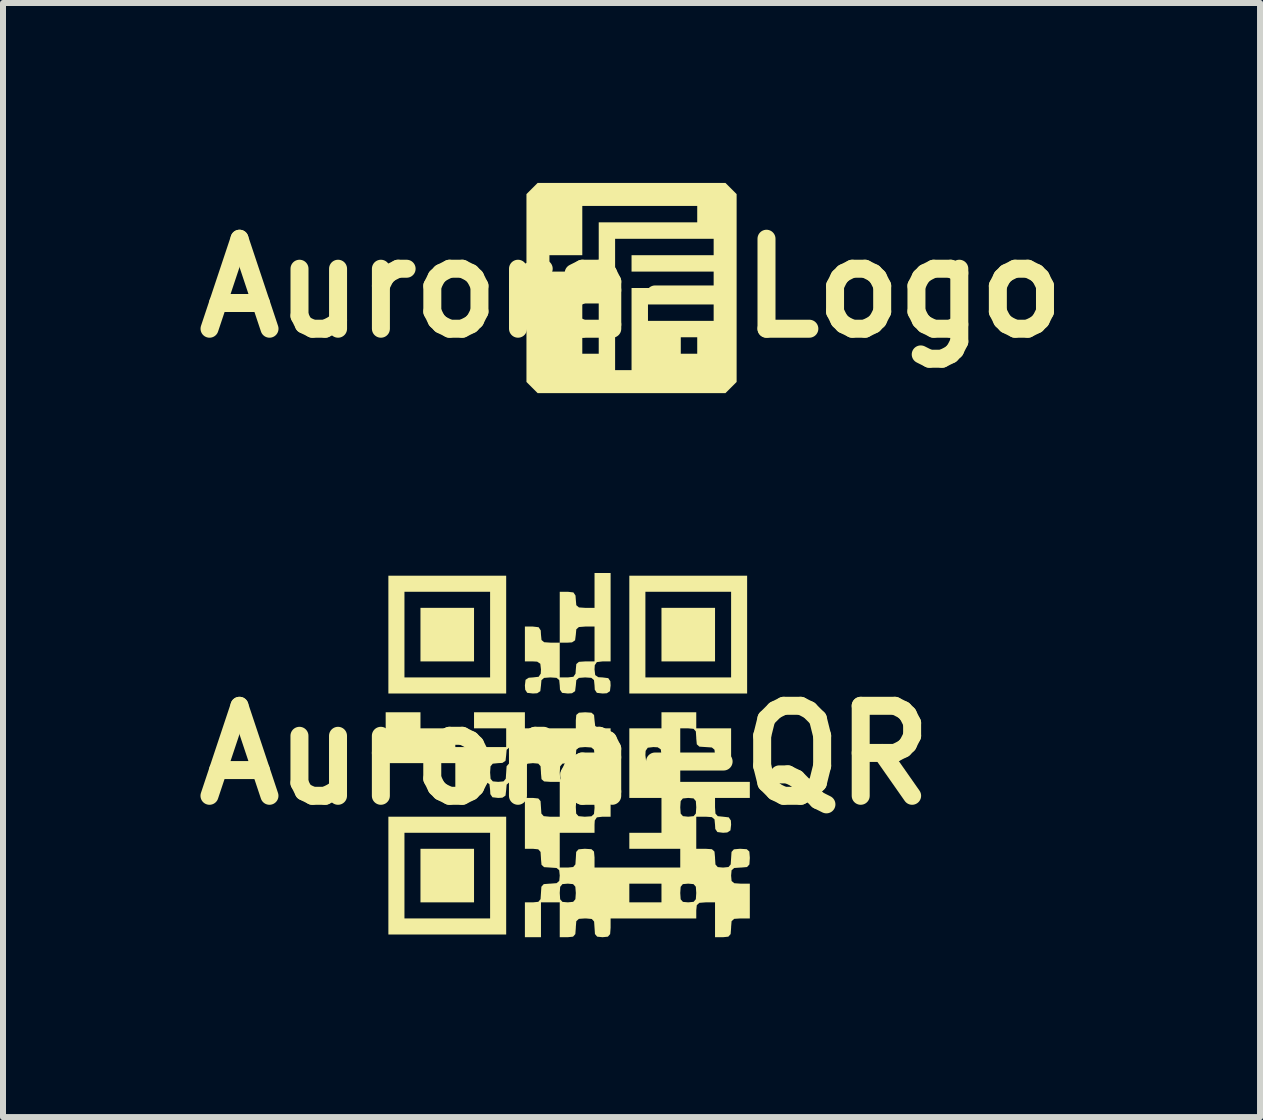
<source format=kicad_pcb>
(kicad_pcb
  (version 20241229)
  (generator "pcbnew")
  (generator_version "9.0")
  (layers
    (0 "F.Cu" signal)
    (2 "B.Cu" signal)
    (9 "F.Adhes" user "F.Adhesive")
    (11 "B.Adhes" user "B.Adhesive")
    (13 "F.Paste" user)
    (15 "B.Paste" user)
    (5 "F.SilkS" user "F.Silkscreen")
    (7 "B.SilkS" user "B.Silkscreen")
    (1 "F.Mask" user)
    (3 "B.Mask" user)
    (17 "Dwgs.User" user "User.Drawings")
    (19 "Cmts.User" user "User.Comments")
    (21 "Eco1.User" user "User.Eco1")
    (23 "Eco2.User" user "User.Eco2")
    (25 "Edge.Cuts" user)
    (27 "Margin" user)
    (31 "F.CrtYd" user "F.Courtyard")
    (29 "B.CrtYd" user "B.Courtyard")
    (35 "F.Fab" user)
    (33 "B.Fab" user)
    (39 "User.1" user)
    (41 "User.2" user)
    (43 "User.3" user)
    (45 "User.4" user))
  (footprint "Aurora-QR"
    (layer "F.Cu")
    (at 6.371 9.539)
    (property "Reference" "Aurora-QR" (at 0 0 0) (layer "F.SilkS") (effects (font (size 1.5 1.5) (thickness 0.3))))
    (attr board_only exclude_from_pos_files exclude_from_bom)
    (fp_poly (pts (xy -1.518 -2.009) (xy -1.518 -1.562) (xy -1.964 -1.562) (xy -2.411 -1.562) (xy -2.411 -2.009) (xy -2.411 -2.455) (xy -1.964 -2.455) (xy -1.518 -2.455)) (stroke (width 0) (type solid)) (fill yes) (layer "F.SilkS"))
    (fp_poly (pts (xy -1.518 2.009) (xy -1.518 2.455) (xy -1.964 2.455) (xy -2.411 2.455) (xy -2.411 2.009) (xy -2.411 1.562) (xy -1.964 1.562) (xy -1.518 1.562)) (stroke (width 0) (type solid)) (fill yes) (layer "F.SilkS"))
    (fp_poly (pts (xy 2.5 -2.009) (xy 2.5 -1.562) (xy 2.053 -1.562) (xy 1.607 -1.562) (xy 1.607 -2.009) (xy 1.607 -2.455) (xy 2.053 -2.455) (xy 2.5 -2.455)) (stroke (width 0) (type solid)) (fill yes) (layer "F.SilkS"))
    (fp_poly (pts (xy -0.982 -2.009) (xy -0.982 -1.027) (xy -1.964 -1.027) (xy -2.946 -1.027) (xy -2.946 -2.009) (xy -2.678 -2.009) (xy -2.678 -1.295) (xy -1.964 -1.295) (xy -1.25 -1.295) (xy -1.25 -2.009) (xy -1.25 -2.723) (xy -1.964 -2.723) (xy -2.678 -2.723) (xy -2.678 -2.009) (xy -2.946 -2.009) (xy -2.946 -2.991) (xy -1.964 -2.991) (xy -0.982 -2.991)) (stroke (width 0) (type solid)) (fill yes) (layer "F.SilkS"))
    (fp_poly (pts (xy -0.982 2.009) (xy -0.982 2.991) (xy -1.964 2.991) (xy -2.946 2.991) (xy -2.946 2.009) (xy -2.678 2.009) (xy -2.678 2.723) (xy -1.964 2.723) (xy -1.25 2.723) (xy -1.25 2.009) (xy -1.25 1.295) (xy -1.964 1.295) (xy -2.678 1.295) (xy -2.678 2.009) (xy -2.946 2.009) (xy -2.946 1.027) (xy -1.964 1.027) (xy -0.982 1.027)) (stroke (width 0) (type solid)) (fill yes) (layer "F.SilkS"))
    (fp_poly (pts (xy 3.035 -2.009) (xy 3.035 -1.027) (xy 2.053 -1.027) (xy 1.071 -1.027) (xy 1.071 -2.009) (xy 1.339 -2.009) (xy 1.339 -1.295) (xy 2.053 -1.295) (xy 2.768 -1.295) (xy 2.768 -2.009) (xy 2.768 -2.723) (xy 2.053 -2.723) (xy 1.339 -2.723) (xy 1.339 -2.009) (xy 1.071 -2.009) (xy 1.071 -2.991) (xy 2.053 -2.991) (xy 3.035 -2.991)) (stroke (width 0) (type solid)) (fill yes) (layer "F.SilkS"))
    (fp_poly (pts (xy 0.759 -2.299) (xy 0.759 -1.562) (xy 0.625 -1.562) (xy 0.53 -1.551) (xy 0.495 -1.499) (xy 0.491 -1.428) (xy 0.502 -1.334) (xy 0.554 -1.299) (xy 0.625 -1.295) (xy 0.72 -1.283) (xy 0.755 -1.231) (xy 0.759 -1.161) (xy 0.748 -1.066) (xy 0.696 -1.031) (xy 0.625 -1.027) (xy 0.53 -1.038) (xy 0.495 -1.09) (xy 0.491 -1.161) (xy 0.482 -1.251) (xy 0.438 -1.288) (xy 0.335 -1.295) (xy 0.23 -1.287) (xy 0.187 -1.249) (xy 0.179 -1.161) (xy 0.167 -1.066) (xy 0.115 -1.031) (xy 0.045 -1.027) (xy -0.05 -1.038) (xy -0.085 -1.09) (xy -0.089 -1.161) (xy -0.098 -1.251) (xy -0.142 -1.288) (xy -0.246 -1.295) (xy -0.35 -1.287) (xy -0.394 -1.249) (xy -0.402 -1.161) (xy -0.413 -1.066) (xy -0.465 -1.031) (xy -0.536 -1.027) (xy -0.631 -1.038) (xy -0.665 -1.09) (xy -0.67 -1.161) (xy -0.659 -1.255) (xy -0.606 -1.29) (xy -0.536 -1.295) (xy -0.441 -1.306) (xy -0.406 -1.358) (xy -0.402 -1.428) (xy -0.413 -1.523) (xy -0.465 -1.558) (xy -0.536 -1.562) (xy -0.67 -1.562) (xy -0.67 -1.853) (xy -0.67 -2.143) (xy -0.536 -2.143) (xy -0.441 -2.132) (xy -0.406 -2.079) (xy -0.402 -2.009) (xy -0.393 -1.919) (xy -0.349 -1.882) (xy -0.246 -1.875) (xy -0.089 -1.875) (xy -0.089 -1.585) (xy -0.089 -1.295) (xy 0.045 -1.295) (xy 0.139 -1.306) (xy 0.174 -1.358) (xy 0.179 -1.428) (xy 0.187 -1.518) (xy 0.231 -1.555) (xy 0.335 -1.562) (xy 0.491 -1.562) (xy 0.491 -1.853) (xy 0.491 -2.143) (xy 0.335 -2.143) (xy 0.23 -2.135) (xy 0.187 -2.097) (xy 0.179 -2.009) (xy 0.167 -1.914) (xy 0.115 -1.879) (xy 0.045 -1.875) (xy -0.089 -1.875) (xy -0.089 -2.299) (xy -0.089 -2.723) (xy 0.045 -2.723) (xy 0.139 -2.712) (xy 0.174 -2.66) (xy 0.179 -2.589) (xy 0.187 -2.499) (xy 0.231 -2.462) (xy 0.335 -2.455) (xy 0.491 -2.455) (xy 0.491 -2.745) (xy 0.491 -3.036) (xy 0.625 -3.036) (xy 0.759 -3.036)) (stroke (width 0) (type solid)) (fill yes) (layer "F.SilkS"))
    (fp_poly (pts (xy -2.411 -0.58) (xy -2.411 -0.446) (xy -2.12 -0.446) (xy -1.83 -0.446) (xy -1.83 -0.29) (xy -1.83 -0.134) (xy -1.406 -0.134) (xy -0.982 -0.134) (xy -0.982 -0.29) (xy -0.982 -0.446) (xy -1.25 -0.446) (xy -1.518 -0.446) (xy -1.518 -0.58) (xy -1.518 -0.714) (xy -1.094 -0.714) (xy -0.67 -0.714) (xy -0.67 -0.58) (xy -0.67 -0.446) (xy -0.246 -0.446) (xy 0.179 -0.446) (xy 0.179 -0.58) (xy 0.187 -0.67) (xy 0.231 -0.707) (xy 0.335 -0.714) (xy 0.44 -0.707) (xy 0.483 -0.669) (xy 0.491 -0.58) (xy 0.502 -0.485) (xy 0.554 -0.451) (xy 0.625 -0.446) (xy 0.759 -0.446) (xy 0.759 0.29) (xy 0.759 1.027) (xy 0.625 1.027) (xy 0.53 1.038) (xy 0.495 1.09) (xy 0.491 1.161) (xy 0.491 1.295) (xy 0.201 1.295) (xy -0.089 1.295) (xy -0.089 1.585) (xy -0.089 1.875) (xy 0.045 1.875) (xy 0.135 1.866) (xy 0.172 1.822) (xy 0.179 1.719) (xy 0.185 1.614) (xy 0.224 1.571) (xy 0.323 1.562) (xy 0.335 1.562) (xy 0.44 1.569) (xy 0.482 1.608) (xy 0.491 1.707) (xy 0.491 1.719) (xy 0.491 1.875) (xy 1.205 1.875) (xy 1.92 1.875) (xy 1.92 1.719) (xy 1.92 1.562) (xy 1.495 1.562) (xy 1.071 1.562) (xy 1.071 1.428) (xy 1.071 1.295) (xy 1.339 1.295) (xy 1.607 1.295) (xy 1.607 1.004) (xy 1.607 0.87) (xy 1.92 0.87) (xy 1.927 0.975) (xy 1.965 1.018) (xy 2.053 1.027) (xy 2.143 1.018) (xy 2.18 0.974) (xy 2.187 0.87) (xy 2.18 0.766) (xy 2.142 0.722) (xy 2.053 0.714) (xy 1.963 0.723) (xy 1.927 0.767) (xy 1.92 0.87) (xy 1.607 0.87) (xy 1.607 0.714) (xy 1.339 0.714) (xy 1.071 0.714) (xy 1.071 0.134) (xy 1.071 0) (xy 1.339 0) (xy 1.35 0.095) (xy 1.402 0.13) (xy 1.473 0.134) (xy 1.568 0.123) (xy 1.603 0.071) (xy 1.607 0) (xy 1.596 -0.095) (xy 1.544 -0.13) (xy 1.473 -0.134) (xy 1.378 -0.123) (xy 1.343 -0.071) (xy 1.339 0) (xy 1.071 0) (xy 1.071 -0.446) (xy 1.339 -0.446) (xy 1.607 -0.446) (xy 1.607 -0.58) (xy 1.607 -0.714) (xy 1.897 -0.714) (xy 2.187 -0.714) (xy 2.187 -0.58) (xy 2.187 -0.446) (xy 2.478 -0.446) (xy 2.768 -0.446) (xy 2.768 -0.156) (xy 2.768 0.134) (xy 2.634 0.134) (xy 2.539 0.123) (xy 2.504 0.071) (xy 2.5 0) (xy 2.491 -0.09) (xy 2.447 -0.127) (xy 2.344 -0.134) (xy 2.239 -0.141) (xy 2.196 -0.18) (xy 2.187 -0.278) (xy 2.187 -0.29) (xy 2.18 -0.395) (xy 2.142 -0.438) (xy 2.053 -0.446) (xy 1.92 -0.446) (xy 1.92 0) (xy 1.92 0.446) (xy 2.5 0.446) (xy 3.08 0.446) (xy 3.08 0.58) (xy 3.08 0.714) (xy 2.79 0.714) (xy 2.5 0.714) (xy 2.5 0.87) (xy 2.507 0.975) (xy 2.545 1.018) (xy 2.634 1.027) (xy 2.729 1.038) (xy 2.764 1.09) (xy 2.768 1.161) (xy 2.757 1.255) (xy 2.704 1.29) (xy 2.634 1.295) (xy 2.539 1.283) (xy 2.504 1.231) (xy 2.5 1.161) (xy 2.491 1.071) (xy 2.447 1.034) (xy 2.344 1.027) (xy 2.187 1.027) (xy 2.187 1.295) (xy 2.187 1.562) (xy 2.344 1.562) (xy 2.448 1.569) (xy 2.491 1.608) (xy 2.5 1.707) (xy 2.5 1.719) (xy 2.507 1.824) (xy 2.545 1.867) (xy 2.634 1.875) (xy 2.724 1.866) (xy 2.761 1.822) (xy 2.768 1.719) (xy 2.775 1.614) (xy 2.814 1.571) (xy 2.912 1.562) (xy 2.924 1.562) (xy 3.029 1.569) (xy 3.072 1.608) (xy 3.08 1.707) (xy 3.08 1.719) (xy 3.073 1.823) (xy 3.034 1.866) (xy 2.936 1.875) (xy 2.924 1.875) (xy 2.819 1.882) (xy 2.776 1.92) (xy 2.768 2.009) (xy 2.776 2.099) (xy 2.821 2.136) (xy 2.924 2.143) (xy 3.08 2.143) (xy 3.08 2.433) (xy 3.08 2.723) (xy 2.924 2.723) (xy 2.819 2.73) (xy 2.776 2.769) (xy 2.768 2.867) (xy 2.768 2.879) (xy 2.76 2.984) (xy 2.722 3.027) (xy 2.634 3.036) (xy 2.5 3.036) (xy 2.5 2.745) (xy 2.5 2.455) (xy 2.344 2.455) (xy 2.239 2.463) (xy 2.196 2.501) (xy 2.187 2.589) (xy 2.187 2.723) (xy 1.473 2.723) (xy 0.759 2.723) (xy 0.759 2.879) (xy 0.751 2.984) (xy 0.714 3.027) (xy 0.625 3.036) (xy 0.535 3.027) (xy 0.498 2.983) (xy 0.491 2.879) (xy 0.484 2.775) (xy 0.445 2.732) (xy 0.347 2.723) (xy 0.335 2.723) (xy 0.23 2.73) (xy 0.187 2.769) (xy 0.179 2.867) (xy 0.179 2.879) (xy 0.171 2.984) (xy 0.133 3.027) (xy 0.045 3.036) (xy -0.089 3.036) (xy -0.089 2.745) (xy -0.089 2.455) (xy -0.246 2.455) (xy -0.402 2.455) (xy -0.402 2.745) (xy -0.402 3.036) (xy -0.536 3.036) (xy -0.67 3.036) (xy -0.67 2.745) (xy -0.67 2.455) (xy -0.536 2.455) (xy -0.446 2.446) (xy -0.409 2.402) (xy -0.402 2.299) (xy -0.089 2.299) (xy -0.082 2.404) (xy -0.044 2.447) (xy 0.045 2.455) (xy 0.135 2.446) (xy 0.172 2.402) (xy 0.179 2.299) (xy 1.071 2.299) (xy 1.071 2.455) (xy 1.339 2.455) (xy 1.607 2.455) (xy 1.607 2.299) (xy 1.92 2.299) (xy 1.927 2.404) (xy 1.965 2.447) (xy 2.053 2.455) (xy 2.143 2.446) (xy 2.18 2.402) (xy 2.187 2.299) (xy 2.18 2.194) (xy 2.142 2.151) (xy 2.053 2.143) (xy 1.963 2.151) (xy 1.927 2.196) (xy 1.92 2.299) (xy 1.607 2.299) (xy 1.607 2.143) (xy 1.339 2.143) (xy 1.071 2.143) (xy 1.071 2.299) (xy 0.179 2.299) (xy 0.171 2.194) (xy 0.133 2.151) (xy 0.045 2.143) (xy -0.045 2.151) (xy -0.082 2.196) (xy -0.089 2.299) (xy -0.402 2.299) (xy -0.395 2.194) (xy -0.356 2.151) (xy -0.257 2.143) (xy -0.246 2.143) (xy -0.141 2.135) (xy -0.097 2.097) (xy -0.089 2.009) (xy -0.098 1.919) (xy -0.142 1.882) (xy -0.246 1.875) (xy -0.35 1.868) (xy -0.393 1.829) (xy -0.402 1.731) (xy -0.402 1.719) (xy -0.409 1.614) (xy -0.447 1.571) (xy -0.536 1.562) (xy -0.67 1.562) (xy -0.67 1.138) (xy -0.67 0.714) (xy -0.536 0.714) (xy -0.446 0.723) (xy -0.409 0.767) (xy -0.402 0.87) (xy -0.395 0.975) (xy -0.356 1.018) (xy -0.257 1.027) (xy -0.246 1.027) (xy -0.089 1.027) (xy -0.089 0.87) (xy 0.179 0.87) (xy 0.185 0.975) (xy 0.224 1.018) (xy 0.323 1.027) (xy 0.335 1.027) (xy 0.44 1.02) (xy 0.482 0.981) (xy 0.491 0.882) (xy 0.491 0.87) (xy 0.484 0.766) (xy 0.445 0.723) (xy 0.347 0.714) (xy 0.335 0.714) (xy 0.23 0.721) (xy 0.187 0.76) (xy 0.179 0.859) (xy 0.179 0.87) (xy -0.089 0.87) (xy -0.089 0.737) (xy -0.089 0.446) (xy -0.246 0.446) (xy -0.35 0.439) (xy -0.393 0.401) (xy -0.402 0.302) (xy -0.402 0.29) (xy -0.089 0.29) (xy -0.082 0.395) (xy -0.044 0.438) (xy 0.045 0.446) (xy 0.135 0.438) (xy 0.172 0.394) (xy 0.179 0.29) (xy 0.185 0.185) (xy 0.224 0.142) (xy 0.323 0.134) (xy 0.335 0.134) (xy 0.44 0.126) (xy 0.483 0.089) (xy 0.491 0) (xy 0.482 -0.09) (xy 0.438 -0.127) (xy 0.335 -0.134) (xy 0.23 -0.126) (xy 0.187 -0.089) (xy 0.179 0) (xy 0.167 0.095) (xy 0.115 0.13) (xy 0.045 0.134) (xy -0.045 0.143) (xy -0.082 0.187) (xy -0.089 0.29) (xy -0.402 0.29) (xy -0.409 0.185) (xy -0.447 0.142) (xy -0.536 0.134) (xy -0.626 0.143) (xy -0.663 0.187) (xy -0.67 0.29) (xy -0.677 0.395) (xy -0.715 0.438) (xy -0.814 0.446) (xy -0.826 0.446) (xy -0.931 0.454) (xy -0.974 0.492) (xy -0.982 0.58) (xy -0.993 0.675) (xy -1.045 0.71) (xy -1.116 0.714) (xy -1.211 0.703) (xy -1.246 0.651) (xy -1.25 0.58) (xy -1.261 0.485) (xy -1.313 0.451) (xy -1.384 0.446) (xy -1.479 0.457) (xy -1.514 0.51) (xy -1.518 0.58) (xy -1.526 0.67) (xy -1.571 0.707) (xy -1.674 0.714) (xy -1.83 0.714) (xy -1.83 0.424) (xy -1.83 0.29) (xy -1.25 0.29) (xy -1.242 0.395) (xy -1.205 0.438) (xy -1.116 0.446) (xy -1.026 0.438) (xy -0.989 0.394) (xy -0.982 0.29) (xy -0.975 0.185) (xy -0.936 0.142) (xy -0.838 0.134) (xy -0.826 0.134) (xy -0.721 0.126) (xy -0.678 0.089) (xy -0.67 0) (xy -0.678 -0.09) (xy -0.722 -0.127) (xy -0.826 -0.134) (xy -0.931 -0.126) (xy -0.974 -0.089) (xy -0.982 0) (xy -0.993 0.095) (xy -1.045 0.13) (xy -1.116 0.134) (xy -1.206 0.143) (xy -1.243 0.187) (xy -1.25 0.29) (xy -1.83 0.29) (xy -1.83 0.134) (xy -2.411 0.134) (xy -2.991 0.134) (xy -2.991 -0.29) (xy -2.991 -0.714) (xy -2.701 -0.714) (xy -2.411 -0.714)) (stroke (width 0) (type solid)) (fill yes) (layer "F.SilkS")))
  (footprint "Aurora-Logo"
    (layer "F.Cu")
    (at 7.479 1.752)
    (property "Reference" "Aurora-Logo" (at 0 0 0) (layer "F.SilkS") (effects (font (size 1.5 1.5) (thickness 0.3))))
    (attr board_only exclude_from_pos_files exclude_from_bom)
    (fp_poly (pts (xy 1.659 -1.659) (xy 1.752 -1.566) (xy 1.752 0) (xy 1.752 1.566) (xy 1.659 1.659) (xy 1.566 1.752) (xy 0 1.752) (xy -1.566 1.752) (xy -1.659 1.659) (xy -1.752 1.566) (xy -1.752 0.547) (xy -0.821 0.547) (xy -0.821 1.095) (xy -0.684 1.095) (xy -0.547 1.095) (xy -0.547 0.547) (xy -0.547 0.274) (xy -0.274 0.274) (xy -0.274 1.369) (xy -0.137 1.369) (xy 0 1.369) (xy 0 0.958) (xy 0.821 0.958) (xy 0.821 1.095) (xy 0.958 1.095) (xy 1.095 1.095) (xy 1.095 0.958) (xy 1.095 0.821) (xy 0.958 0.821) (xy 0.821 0.821) (xy 0.821 0.958) (xy 0 0.958) (xy 0 0.684) (xy 0 0.411) (xy 0.274 0.411) (xy 0.274 0.547) (xy 0.821 0.547) (xy 1.369 0.547) (xy 1.369 0.411) (xy 1.369 0.274) (xy 0.821 0.274) (xy 0.274 0.274) (xy 0.274 0.411) (xy 0 0.411) (xy 0 0) (xy 0.684 0) (xy 1.369 0) (xy 1.369 -0.137) (xy 1.369 -0.274) (xy 0.684 -0.274) (xy 0 -0.274) (xy 0 -0.411) (xy 0 -0.547) (xy 0.684 -0.547) (xy 1.369 -0.547) (xy 1.369 -0.684) (xy 1.369 -0.821) (xy 0.547 -0.821) (xy -0.274 -0.821) (xy -0.274 0.274) (xy -0.547 0.274) (xy -0.547 0) (xy -0.684 0) (xy -0.821 0) (xy -0.821 0.547) (xy -1.752 0.547) (xy -1.752 0) (xy -1.752 -0.547) (xy -1.369 -0.547) (xy -1.369 -0.411) (xy -1.369 -0.274) (xy -0.958 -0.274) (xy -0.547 -0.274) (xy -0.547 -0.684) (xy -0.547 -1.095) (xy 0.274 -1.095) (xy 1.095 -1.095) (xy 1.095 -1.232) (xy 1.095 -1.369) (xy 0.137 -1.369) (xy -0.821 -1.369) (xy -0.821 -0.958) (xy -0.821 -0.547) (xy -1.095 -0.547) (xy -1.369 -0.547) (xy -1.752 -0.547) (xy -1.752 -1.566) (xy -1.659 -1.659) (xy -1.566 -1.752) (xy 0 -1.752) (xy 1.566 -1.752)) (stroke (width 0) (type solid)) (fill yes) (layer "F.SilkS")))
  (gr_rect
    (start -3 -3)
    (end 17.957 15.574)
    (stroke (width 0.1) (type default))
    (fill no)
    (layer "Edge.Cuts")))
</source>
